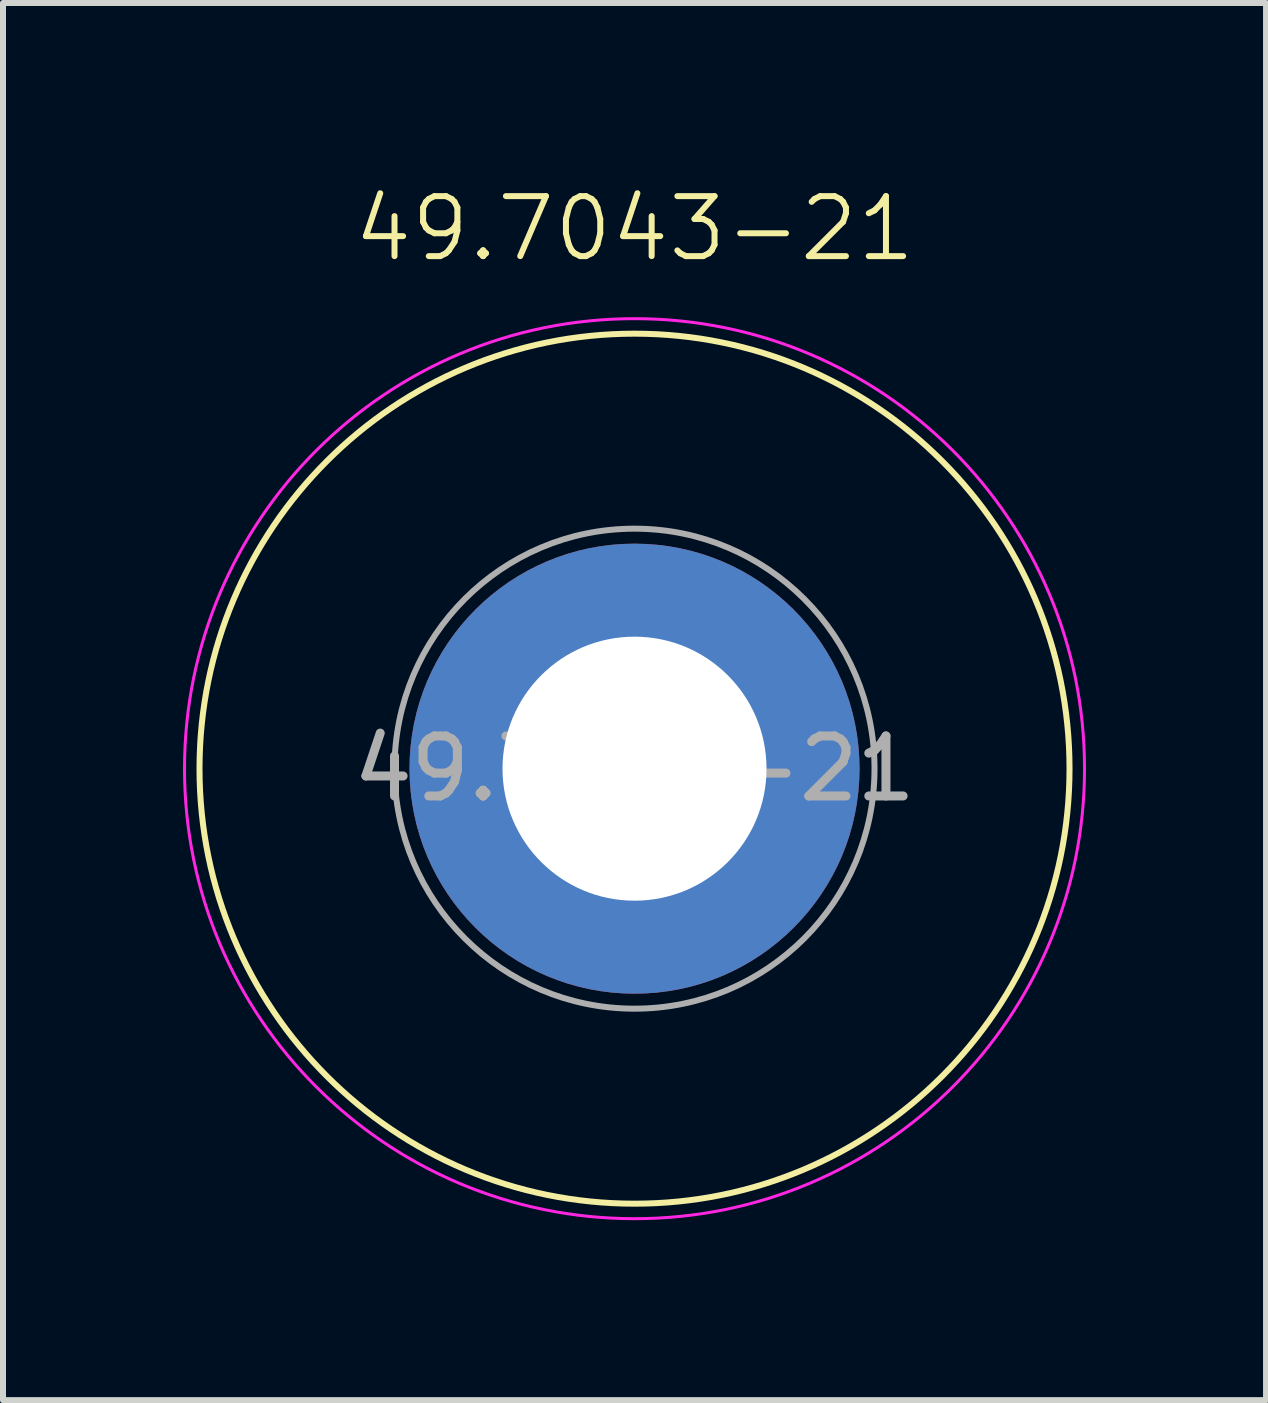
<source format=kicad_pcb>
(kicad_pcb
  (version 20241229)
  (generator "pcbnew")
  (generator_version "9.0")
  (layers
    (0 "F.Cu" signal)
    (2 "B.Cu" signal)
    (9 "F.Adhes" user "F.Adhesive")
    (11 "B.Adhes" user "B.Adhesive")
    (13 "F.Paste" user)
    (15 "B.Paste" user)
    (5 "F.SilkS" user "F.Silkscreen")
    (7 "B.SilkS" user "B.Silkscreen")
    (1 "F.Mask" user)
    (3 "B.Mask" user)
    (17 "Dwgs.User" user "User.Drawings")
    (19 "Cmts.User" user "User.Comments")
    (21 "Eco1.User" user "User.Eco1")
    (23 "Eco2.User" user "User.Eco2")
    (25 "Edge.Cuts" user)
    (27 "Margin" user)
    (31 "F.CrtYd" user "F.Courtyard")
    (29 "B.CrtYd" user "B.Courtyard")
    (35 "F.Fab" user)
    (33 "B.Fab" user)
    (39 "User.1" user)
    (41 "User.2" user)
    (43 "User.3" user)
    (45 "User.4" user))
  (footprint "49.7043-21"
    (layer "F.Cu")
    (at 7.525 9.761)
    (property "Reference" "49.7043-21" (at 0 -9 0) (unlocked yes) (layer "F.SilkS") (effects (font (size 1 1) (thickness 0.1))))
    (attr through_hole)
    (fp_circle (center 0 0) (end 7.25 0) (stroke (width 0.1) (type default)) (fill no) (layer "F.SilkS"))
    (fp_circle (center 0 0) (end 7.5 0) (stroke (width 0.05) (type default)) (fill no) (layer "F.CrtYd"))
    (fp_circle (center 0 0) (end 2 0) (stroke (width 0.1) (type default)) (fill no) (layer "F.Fab"))
    (fp_circle (center 0 0) (end 4 0) (stroke (width 0.1) (type default)) (fill no) (layer "F.Fab"))
    (fp_text user "${REFERENCE}" (at 0 0 0) (unlocked yes) (layer "F.Fab") (effects (font (size 1 1) (thickness 0.15))))
    (pad "1" thru_hole circle (at 0 0) (size 7.5 7.5) (drill 4.4) (layers "*.Cu" "*.Mask")))
  (gr_rect
    (start -3 -3)
    (end 18.05 20.285)
    (stroke (width 0.1) (type default))
    (fill no)
    (layer "Edge.Cuts")))
</source>
